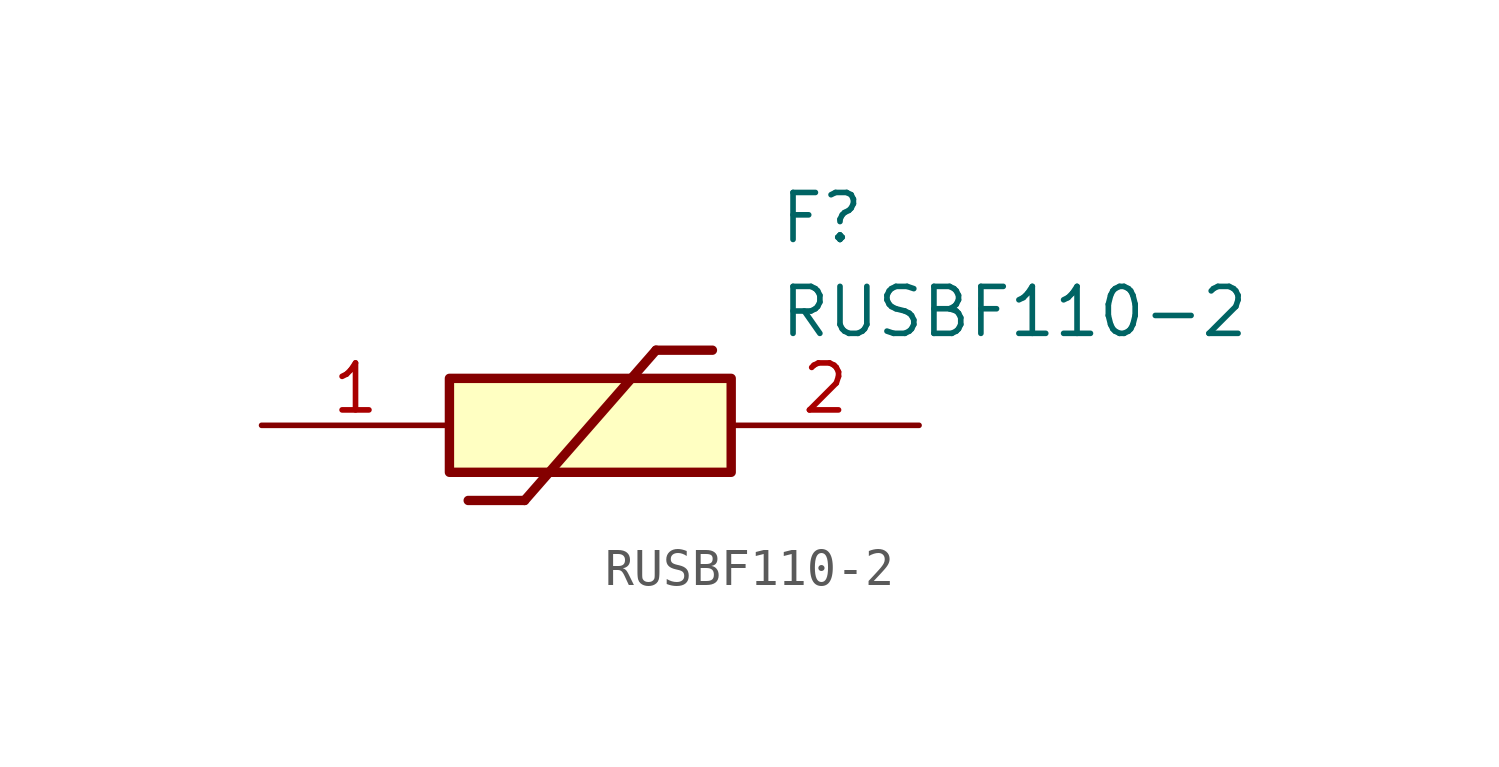
<source format=kicad_sym>
(kicad_symbol_lib
  (version 20211014)
  (generator SamacSys_ECAD_Model)
  (symbol "RUSBF110-2"
    (pin_names hide)
    (property "Reference" "F"
      (at 13.97 6.35 0)
      (effects (font (size 1.27 1.27)) (justify left top)))
    (property "Value" "RUSBF110-2"
      (at 13.97 3.81 0)
      (effects (font (size 1.27 1.27)) (justify left top)))
    (rectangle
      (start 5.08 1.27)
      (end 12.7 -1.27)
      (stroke (width 0.254) (type default))
      (fill (type background)))
    (polyline
      (pts (xy 5.588 -2.032) (xy 7.112 -2.032))
      (stroke (width 0.254) (type default))
      (fill (type none)))
    (polyline
      (pts (xy 10.668 2.032) (xy 7.112 -2.032))
      (stroke (width 0.254) (type default))
      (fill (type none)))
    (polyline
      (pts (xy 10.668 2.032) (xy 12.192 2.032))
      (stroke (width 0.254) (type default))
      (fill (type none)))
    (pin passive line
      (at 0 0 0)
      (length 5.08)
      (name "1" (effects (font (size 1.27 1.27))))
      (number "1" (effects (font (size 1.27 1.27)))))
    (pin passive line
      (at 17.78 0 180)
      (length 5.08)
      (name "2" (effects (font (size 1.27 1.27))))
      (number "2" (effects (font (size 1.27 1.27)))))))
</source>
